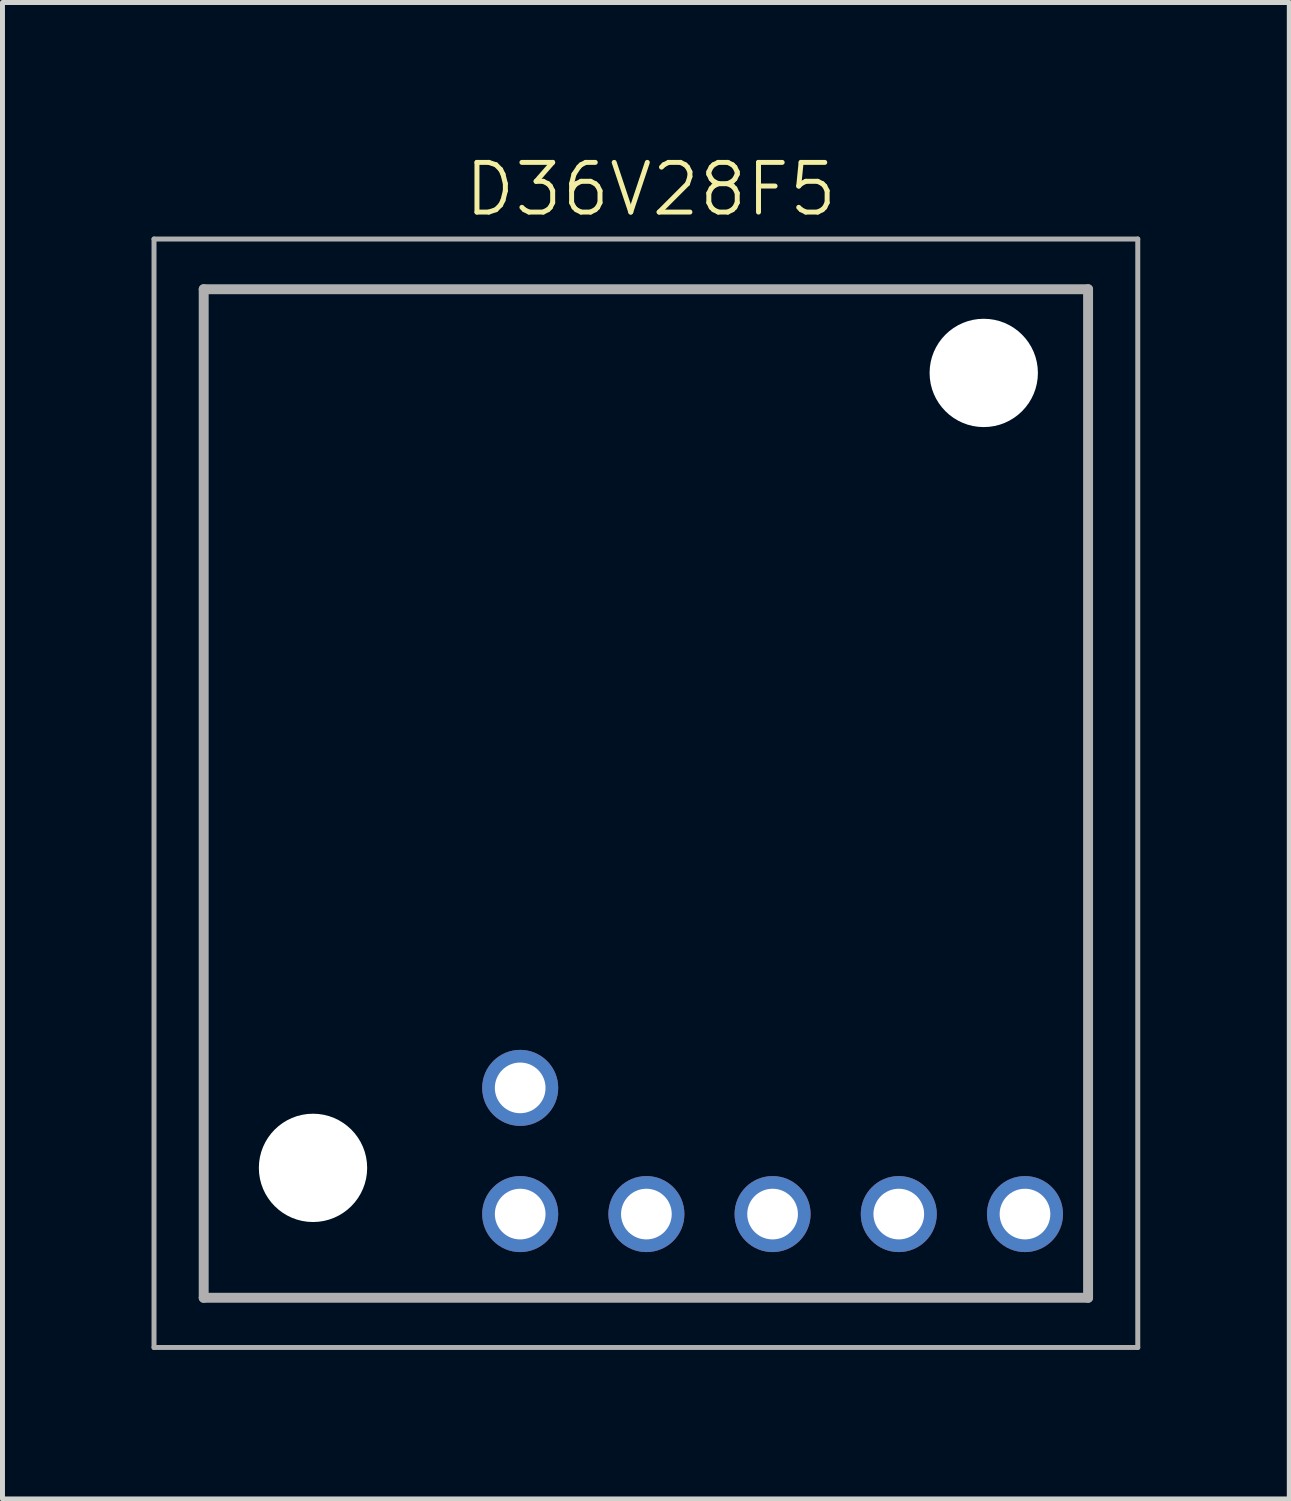
<source format=kicad_pcb>
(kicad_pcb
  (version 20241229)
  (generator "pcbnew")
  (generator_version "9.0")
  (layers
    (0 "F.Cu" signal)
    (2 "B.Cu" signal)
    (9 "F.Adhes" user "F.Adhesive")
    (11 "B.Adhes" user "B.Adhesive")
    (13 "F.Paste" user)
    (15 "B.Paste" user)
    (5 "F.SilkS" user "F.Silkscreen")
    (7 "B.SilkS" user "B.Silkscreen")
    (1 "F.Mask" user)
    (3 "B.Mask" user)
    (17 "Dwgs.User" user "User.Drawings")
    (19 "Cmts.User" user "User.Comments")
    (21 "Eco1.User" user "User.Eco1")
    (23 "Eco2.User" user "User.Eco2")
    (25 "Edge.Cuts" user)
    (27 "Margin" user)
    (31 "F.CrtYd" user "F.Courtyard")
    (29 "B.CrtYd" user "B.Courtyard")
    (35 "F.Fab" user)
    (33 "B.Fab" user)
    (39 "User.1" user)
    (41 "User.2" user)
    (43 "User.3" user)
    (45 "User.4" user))
  (footprint "D36V28F5"
    (layer "F.Cu")
    (at 10.05 12.261)
    (property "Reference" "D36V28F5" (at 0 -11.5 0) (unlocked yes) (layer "F.SilkS") (effects (font (size 1 1) (thickness 0.1))))
    (attr smd)
    (fp_line (start -9 -9.5) (end 8.8 -9.5) (stroke (width 0.1) (type solid)) (layer "F.SilkS"))
    (fp_line (start -9 10.81) (end -9 -9.5) (stroke (width 0.1) (type solid)) (layer "F.SilkS"))
    (fp_line (start 8.8 -9.5) (end 8.8 10.81) (stroke (width 0.1) (type solid)) (layer "F.SilkS"))
    (fp_line (start 8.8 10.81) (end -9 10.81) (stroke (width 0.1) (type solid)) (layer "F.SilkS"))
    (fp_line (start -10 -10.5) (end 9.8 -10.5) (stroke (width 0.1) (type solid)) (layer "F.Fab"))
    (fp_line (start -10 11.81) (end -10 -10.5) (stroke (width 0.1) (type solid)) (layer "F.Fab"))
    (fp_line (start -9 -9.49) (end 8.8 -9.49) (stroke (width 0.2) (type solid)) (layer "F.Fab"))
    (fp_line (start -9 10.81) (end -9 -9.49) (stroke (width 0.2) (type solid)) (layer "F.Fab"))
    (fp_line (start 8.8 -9.49) (end 8.8 10.81) (stroke (width 0.2) (type solid)) (layer "F.Fab"))
    (fp_line (start 8.8 10.81) (end -9 10.81) (stroke (width 0.2) (type solid)) (layer "F.Fab"))
    (fp_line (start 9.8 -10.5) (end 9.8 11.81) (stroke (width 0.1) (type solid)) (layer "F.Fab"))
    (fp_line (start 9.8 11.81) (end -10 11.81) (stroke (width 0.1) (type solid)) (layer "F.Fab"))
    (pad "" np_thru_hole circle (at -6.8 8.195) (size 2.18 2.18) (drill 2.18) (layers "*.Cu" "*.Mask"))
    (pad "" np_thru_hole circle (at 6.7 -7.805) (size 2.18 2.18) (drill 2.18) (layers "*.Cu" "*.Mask"))
    (pad "1" thru_hole circle (at -2.63 6.585) (size 1.53 1.53) (drill 1.02) (layers "*.Cu" "*.Mask"))
    (pad "2" thru_hole circle (at -2.63 9.125) (size 1.53 1.53) (drill 1.02) (layers "*.Cu" "*.Mask"))
    (pad "3" thru_hole circle (at -0.09 9.125) (size 1.53 1.53) (drill 1.02) (layers "*.Cu" "*.Mask"))
    (pad "4" thru_hole circle (at 2.45 9.125) (size 1.53 1.53) (drill 1.02) (layers "*.Cu" "*.Mask"))
    (pad "5" thru_hole circle (at 4.99 9.125) (size 1.53 1.53) (drill 1.02) (layers "*.Cu" "*.Mask"))
    (pad "6" thru_hole circle (at 7.53 9.125) (size 1.53 1.53) (drill 1.02) (layers "*.Cu" "*.Mask")))
  (gr_rect
    (start -3 -3)
    (end 22.9 27.12)
    (stroke (width 0.1) (type default))
    (fill no)
    (layer "Edge.Cuts")))
</source>
